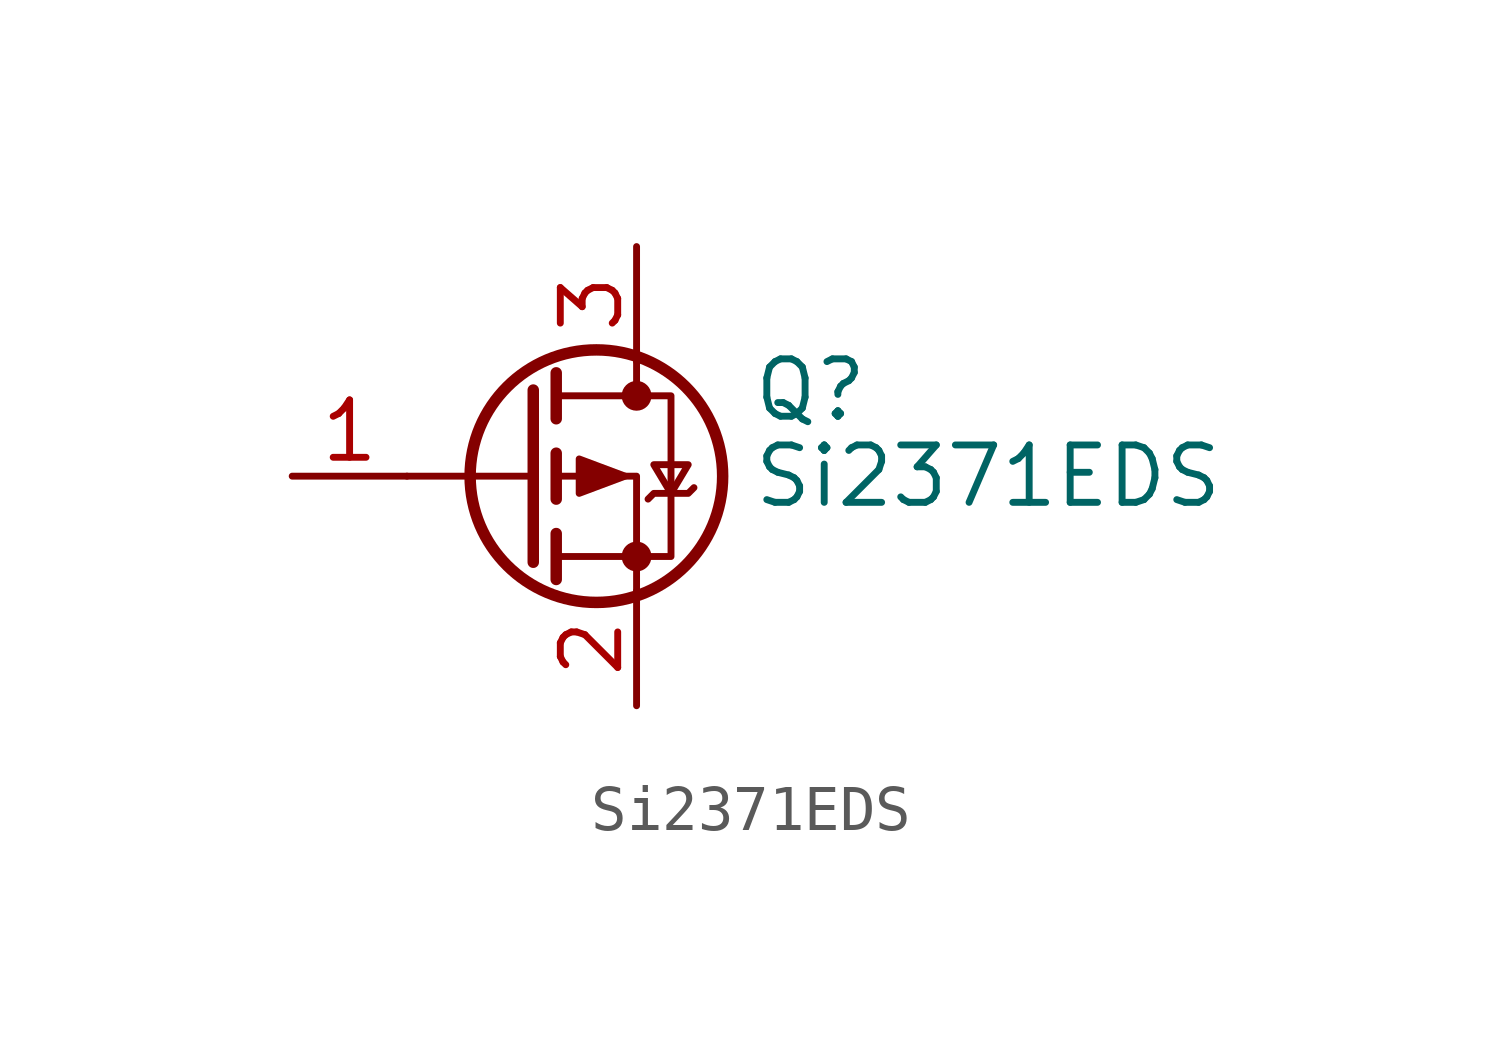
<source format=kicad_sym>
(kicad_symbol_lib
  (version 20211014)
  (generator kicad_symbol_editor)
  (symbol "Si2371EDS"
    (pin_names hide)
    (property "Reference" "Q"
      (at 5.08 1.905 0)
      (effects (font (size 1.27 1.27)) (justify left)))
    (property "Value" "Si2371EDS"
      (at 5.08 0 0)
      (effects (font (size 1.27 1.27)) (justify left)))
    (symbol "Si2371EDS_0_1"
      (polyline (pts (xy 0.254 0) (xy -2.54 0)) (stroke (width 0) (type default) (color 0 0 0 0)) (fill (type none)))
      (polyline (pts (xy 0.254 1.905) (xy 0.254 -1.905)) (stroke (width 0.254) (type default) (color 0 0 0 0)) (fill (type none)))
      (polyline (pts (xy 0.762 -1.27) (xy 0.762 -2.286)) (stroke (width 0.254) (type default) (color 0 0 0 0)) (fill (type none)))
      (polyline (pts (xy 0.762 0.508) (xy 0.762 -0.508)) (stroke (width 0.254) (type default) (color 0 0 0 0)) (fill (type none)))
      (polyline (pts (xy 0.762 2.286) (xy 0.762 1.27)) (stroke (width 0.254) (type default) (color 0 0 0 0)) (fill (type none)))
      (polyline (pts (xy 2.54 2.54) (xy 2.54 1.778)) (stroke (width 0) (type default) (color 0 0 0 0)) (fill (type none)))
      (polyline (pts (xy 2.54 -2.54) (xy 2.54 0) (xy 0.762 0)) (stroke (width 0) (type default) (color 0 0 0 0)) (fill (type none)))
      (polyline (pts (xy 0.762 1.778) (xy 3.302 1.778) (xy 3.302 -1.778) (xy 0.762 -1.778)) (stroke (width 0) (type default) (color 0 0 0 0)) (fill (type none)))
      (polyline (pts (xy 2.286 0) (xy 1.27 0.381) (xy 1.27 -0.381) (xy 2.286 0)) (stroke (width 0) (type default) (color 0 0 0 0)) (fill (type outline)))
      (polyline (pts (xy 2.794 -0.508) (xy 2.921 -0.381) (xy 3.683 -0.381) (xy 3.81 -0.254)) (stroke (width 0) (type default) (color 0 0 0 0)) (fill (type none)))
      (polyline (pts (xy 3.302 -0.381) (xy 2.921 0.254) (xy 3.683 0.254) (xy 3.302 -0.381)) (stroke (width 0) (type default) (color 0 0 0 0)) (fill (type none)))
      (circle (center 1.651 0) (radius 2.794) (stroke (width 0.254) (type default) (color 0 0 0 0)) (fill (type none)))
      (circle (center 2.54 -1.778) (radius 0.254) (stroke (width 0) (type default) (color 0 0 0 0)) (fill (type outline)))
      (circle (center 2.54 1.778) (radius 0.254) (stroke (width 0) (type default) (color 0 0 0 0)) (fill (type outline))))
    (symbol "Si2371EDS_1_1"
      (pin input line (at -5.08 0 0) (length 2.54) (name "G" (effects (font (size 1.27 1.27)))) (number "1" (effects (font (size 1.27 1.27)))))
      (pin passive line (at 2.54 -5.08 90) (length 2.54) (name "S" (effects (font (size 1.27 1.27)))) (number "2" (effects (font (size 1.27 1.27)))))
      (pin passive line (at 2.54 5.08 270) (length 2.54) (name "D" (effects (font (size 1.27 1.27)))) (number "3" (effects (font (size 1.27 1.27))))))))
</source>
